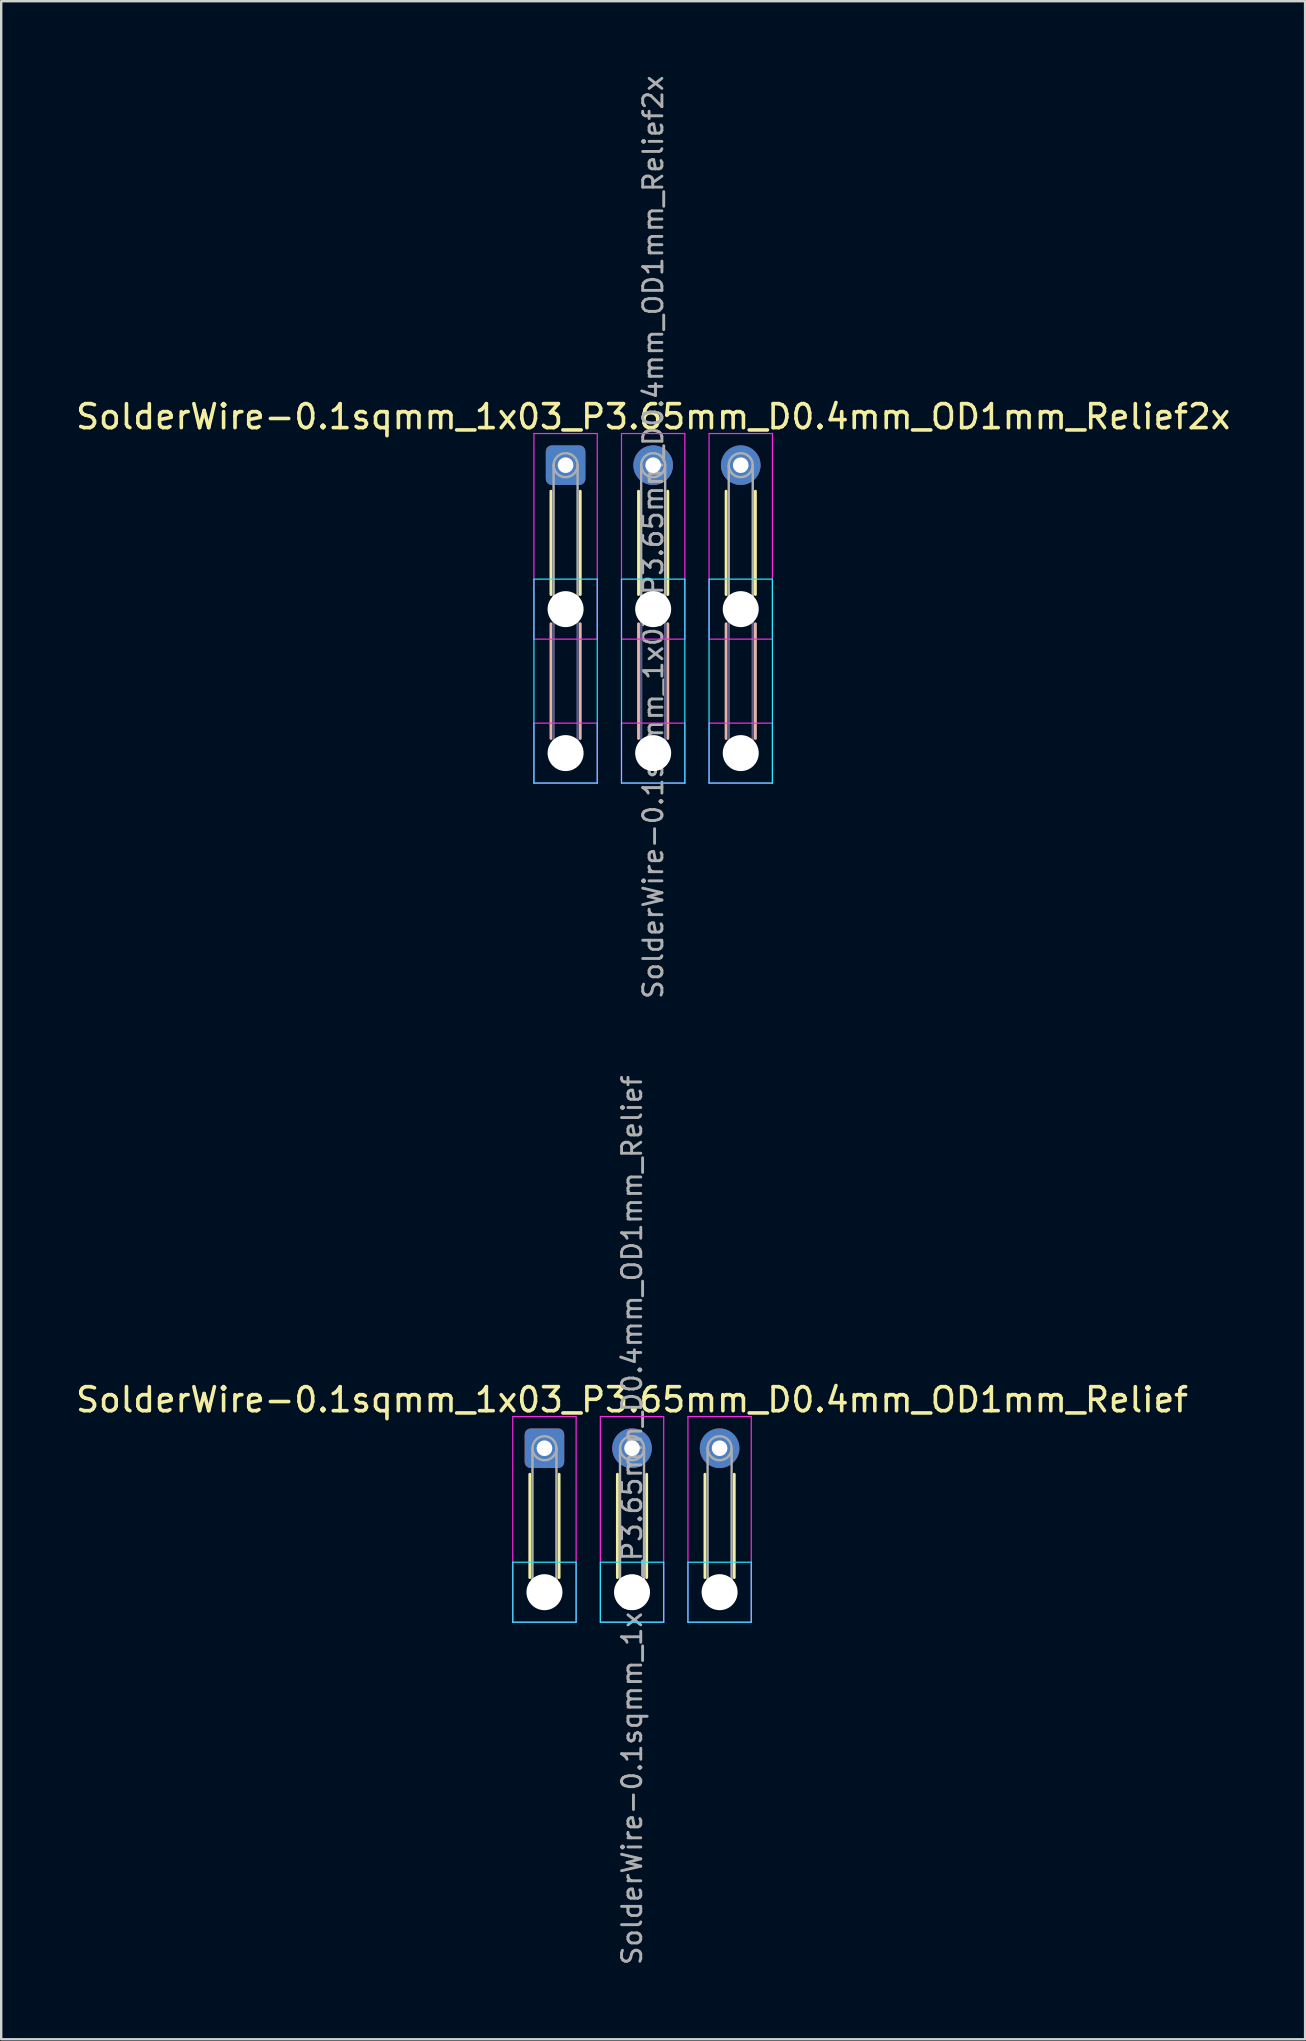
<source format=kicad_pcb>
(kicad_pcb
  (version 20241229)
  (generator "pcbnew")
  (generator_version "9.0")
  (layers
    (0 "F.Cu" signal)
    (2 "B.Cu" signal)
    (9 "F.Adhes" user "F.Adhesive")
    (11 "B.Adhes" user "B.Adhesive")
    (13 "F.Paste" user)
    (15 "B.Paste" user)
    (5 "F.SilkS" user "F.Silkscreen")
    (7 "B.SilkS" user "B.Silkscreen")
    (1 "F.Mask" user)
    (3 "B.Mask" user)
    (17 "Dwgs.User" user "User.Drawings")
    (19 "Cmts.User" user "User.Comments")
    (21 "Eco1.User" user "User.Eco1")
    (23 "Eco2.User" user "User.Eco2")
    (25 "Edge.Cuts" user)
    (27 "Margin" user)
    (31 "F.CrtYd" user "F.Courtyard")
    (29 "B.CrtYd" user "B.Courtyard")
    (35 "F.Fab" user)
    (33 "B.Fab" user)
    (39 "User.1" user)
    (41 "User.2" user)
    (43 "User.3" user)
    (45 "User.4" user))
  (footprint "SolderWire-0.1sqmm_1x03_P3.65mm_D0.4mm_OD1mm_Relief"
    (layer "F.Cu")
    (at 19.642 57.31)
    (property "Reference" "SolderWire-0.1sqmm_1x03_P3.65mm_D0.4mm_OD1mm_Relief" (at 3.65 -2.02 0) (layer "F.SilkS") (effects (font (size 1 1) (thickness 0.15))))
    (attr exclude_from_pos_files exclude_from_bom)
    (fp_line (start -0.61 1.085) (end -0.61 5.39) (stroke (width 0.12) (type solid)) (layer "F.SilkS"))
    (fp_line (start 0.61 1.085) (end 0.61 5.39) (stroke (width 0.12) (type solid)) (layer "F.SilkS"))
    (fp_line (start 3.04 1.085) (end 3.04 5.39) (stroke (width 0.12) (type solid)) (layer "F.SilkS"))
    (fp_line (start 4.26 1.085) (end 4.26 5.39) (stroke (width 0.12) (type solid)) (layer "F.SilkS"))
    (fp_line (start 6.69 1.085) (end 6.69 5.39) (stroke (width 0.12) (type solid)) (layer "F.SilkS"))
    (fp_line (start 7.91 1.085) (end 7.91 5.39) (stroke (width 0.12) (type solid)) (layer "F.SilkS"))
    (fp_line (start -1.32 4.75) (end -1.32 7.25) (stroke (width 0.05) (type solid)) (layer "B.CrtYd"))
    (fp_line (start -1.32 7.25) (end 1.32 7.25) (stroke (width 0.05) (type solid)) (layer "B.CrtYd"))
    (fp_line (start 1.32 4.75) (end -1.32 4.75) (stroke (width 0.05) (type solid)) (layer "B.CrtYd"))
    (fp_line (start 1.32 7.25) (end 1.32 4.75) (stroke (width 0.05) (type solid)) (layer "B.CrtYd"))
    (fp_line (start 2.33 4.75) (end 2.33 7.25) (stroke (width 0.05) (type solid)) (layer "B.CrtYd"))
    (fp_line (start 2.33 7.25) (end 4.97 7.25) (stroke (width 0.05) (type solid)) (layer "B.CrtYd"))
    (fp_line (start 4.97 4.75) (end 2.33 4.75) (stroke (width 0.05) (type solid)) (layer "B.CrtYd"))
    (fp_line (start 4.97 7.25) (end 4.97 4.75) (stroke (width 0.05) (type solid)) (layer "B.CrtYd"))
    (fp_line (start 5.98 4.75) (end 5.98 7.25) (stroke (width 0.05) (type solid)) (layer "B.CrtYd"))
    (fp_line (start 5.98 7.25) (end 8.62 7.25) (stroke (width 0.05) (type solid)) (layer "B.CrtYd"))
    (fp_line (start 8.62 4.75) (end 5.98 4.75) (stroke (width 0.05) (type solid)) (layer "B.CrtYd"))
    (fp_line (start 8.62 7.25) (end 8.62 4.75) (stroke (width 0.05) (type solid)) (layer "B.CrtYd"))
    (fp_line (start -1.32 -1.32) (end -1.32 7.25) (stroke (width 0.05) (type solid)) (layer "F.CrtYd"))
    (fp_line (start -1.32 7.25) (end 1.32 7.25) (stroke (width 0.05) (type solid)) (layer "F.CrtYd"))
    (fp_line (start 1.32 -1.32) (end -1.32 -1.32) (stroke (width 0.05) (type solid)) (layer "F.CrtYd"))
    (fp_line (start 1.32 7.25) (end 1.32 -1.32) (stroke (width 0.05) (type solid)) (layer "F.CrtYd"))
    (fp_line (start 2.33 -1.32) (end 2.33 7.25) (stroke (width 0.05) (type solid)) (layer "F.CrtYd"))
    (fp_line (start 2.33 7.25) (end 4.97 7.25) (stroke (width 0.05) (type solid)) (layer "F.CrtYd"))
    (fp_line (start 4.97 -1.32) (end 2.33 -1.32) (stroke (width 0.05) (type solid)) (layer "F.CrtYd"))
    (fp_line (start 4.97 7.25) (end 4.97 -1.32) (stroke (width 0.05) (type solid)) (layer "F.CrtYd"))
    (fp_line (start 5.98 -1.32) (end 5.98 7.25) (stroke (width 0.05) (type solid)) (layer "F.CrtYd"))
    (fp_line (start 5.98 7.25) (end 8.62 7.25) (stroke (width 0.05) (type solid)) (layer "F.CrtYd"))
    (fp_line (start 8.62 -1.32) (end 5.98 -1.32) (stroke (width 0.05) (type solid)) (layer "F.CrtYd"))
    (fp_line (start 8.62 7.25) (end 8.62 -1.32) (stroke (width 0.05) (type solid)) (layer "F.CrtYd"))
    (fp_line (start -0.5 0) (end -0.5 6) (stroke (width 0.1) (type solid)) (layer "F.Fab"))
    (fp_line (start 0.5 0) (end 0.5 6) (stroke (width 0.1) (type solid)) (layer "F.Fab"))
    (fp_line (start 3.15 0) (end 3.15 6) (stroke (width 0.1) (type solid)) (layer "F.Fab"))
    (fp_line (start 4.15 0) (end 4.15 6) (stroke (width 0.1) (type solid)) (layer "F.Fab"))
    (fp_line (start 6.8 0) (end 6.8 6) (stroke (width 0.1) (type solid)) (layer "F.Fab"))
    (fp_line (start 7.8 0) (end 7.8 6) (stroke (width 0.1) (type solid)) (layer "F.Fab"))
    (fp_circle (center 0 0) (end 0.5 0) (stroke (width 0.1) (type solid)) (fill no) (layer "F.Fab"))
    (fp_circle (center 0 6) (end 0.5 6) (stroke (width 0.1) (type solid)) (fill no) (layer "F.Fab"))
    (fp_circle (center 3.65 0) (end 4.15 0) (stroke (width 0.1) (type solid)) (fill no) (layer "F.Fab"))
    (fp_circle (center 3.65 6) (end 4.15 6) (stroke (width 0.1) (type solid)) (fill no) (layer "F.Fab"))
    (fp_circle (center 7.3 0) (end 7.8 0) (stroke (width 0.1) (type solid)) (fill no) (layer "F.Fab"))
    (fp_circle (center 7.3 6) (end 7.8 6) (stroke (width 0.1) (type solid)) (fill no) (layer "F.Fab"))
    (fp_text user "${REFERENCE}" (at 3.65 3 90) (layer "F.Fab") (effects (font (size 0.8 0.8) (thickness 0.12))))
    (pad "" np_thru_hole circle (at 0 6) (size 1.5 1.5) (drill 1.5) (layers "*.Cu" "*.Mask"))
    (pad "" np_thru_hole circle (at 3.65 6) (size 1.5 1.5) (drill 1.5) (layers "*.Cu" "*.Mask"))
    (pad "" np_thru_hole circle (at 7.3 6) (size 1.5 1.5) (drill 1.5) (layers "*.Cu" "*.Mask"))
    (pad "1" thru_hole roundrect (at 0 0) (size 1.65 1.65) (drill 0.65) (layers "*.Cu" "*.Mask") (roundrect_rratio 0.152))
    (pad "2" thru_hole circle (at 3.65 0) (size 1.65 1.65) (drill 0.65) (layers "*.Cu" "*.Mask"))
    (pad "3" thru_hole circle (at 7.3 0) (size 1.65 1.65) (drill 0.65) (layers "*.Cu" "*.Mask")))
  (footprint "SolderWire-0.1sqmm_1x03_P3.65mm_D0.4mm_OD1mm_Relief2x"
    (layer "F.Cu")
    (at 20.523 16.338)
    (property "Reference" "SolderWire-0.1sqmm_1x03_P3.65mm_D0.4mm_OD1mm_Relief2x" (at 3.65 -2.02 0) (layer "F.SilkS") (effects (font (size 1 1) (thickness 0.15))))
    (attr exclude_from_pos_files exclude_from_bom)
    (fp_line (start -0.61 1.085) (end -0.61 5.39) (stroke (width 0.12) (type solid)) (layer "F.SilkS"))
    (fp_line (start 0.61 1.085) (end 0.61 5.39) (stroke (width 0.12) (type solid)) (layer "F.SilkS"))
    (fp_line (start 3.04 1.085) (end 3.04 5.39) (stroke (width 0.12) (type solid)) (layer "F.SilkS"))
    (fp_line (start 4.26 1.085) (end 4.26 5.39) (stroke (width 0.12) (type solid)) (layer "F.SilkS"))
    (fp_line (start 6.69 1.085) (end 6.69 5.39) (stroke (width 0.12) (type solid)) (layer "F.SilkS"))
    (fp_line (start 7.91 1.085) (end 7.91 5.39) (stroke (width 0.12) (type solid)) (layer "F.SilkS"))
    (fp_line (start -0.61 6.61) (end -0.61 11.39) (stroke (width 0.12) (type solid)) (layer "B.SilkS"))
    (fp_line (start 0.61 6.61) (end 0.61 11.39) (stroke (width 0.12) (type solid)) (layer "B.SilkS"))
    (fp_line (start 3.04 6.61) (end 3.04 11.39) (stroke (width 0.12) (type solid)) (layer "B.SilkS"))
    (fp_line (start 4.26 6.61) (end 4.26 11.39) (stroke (width 0.12) (type solid)) (layer "B.SilkS"))
    (fp_line (start 6.69 6.61) (end 6.69 11.39) (stroke (width 0.12) (type solid)) (layer "B.SilkS"))
    (fp_line (start 7.91 6.61) (end 7.91 11.39) (stroke (width 0.12) (type solid)) (layer "B.SilkS"))
    (fp_line (start -1.32 4.75) (end -1.32 13.25) (stroke (width 0.05) (type solid)) (layer "B.CrtYd"))
    (fp_line (start -1.32 13.25) (end 1.32 13.25) (stroke (width 0.05) (type solid)) (layer "B.CrtYd"))
    (fp_line (start 1.32 4.75) (end -1.32 4.75) (stroke (width 0.05) (type solid)) (layer "B.CrtYd"))
    (fp_line (start 1.32 13.25) (end 1.32 4.75) (stroke (width 0.05) (type solid)) (layer "B.CrtYd"))
    (fp_line (start 2.33 4.75) (end 2.33 13.25) (stroke (width 0.05) (type solid)) (layer "B.CrtYd"))
    (fp_line (start 2.33 13.25) (end 4.97 13.25) (stroke (width 0.05) (type solid)) (layer "B.CrtYd"))
    (fp_line (start 4.97 4.75) (end 2.33 4.75) (stroke (width 0.05) (type solid)) (layer "B.CrtYd"))
    (fp_line (start 4.97 13.25) (end 4.97 4.75) (stroke (width 0.05) (type solid)) (layer "B.CrtYd"))
    (fp_line (start 5.98 4.75) (end 5.98 13.25) (stroke (width 0.05) (type solid)) (layer "B.CrtYd"))
    (fp_line (start 5.98 13.25) (end 8.62 13.25) (stroke (width 0.05) (type solid)) (layer "B.CrtYd"))
    (fp_line (start 8.62 4.75) (end 5.98 4.75) (stroke (width 0.05) (type solid)) (layer "B.CrtYd"))
    (fp_line (start 8.62 13.25) (end 8.62 4.75) (stroke (width 0.05) (type solid)) (layer "B.CrtYd"))
    (fp_line (start -1.32 -1.32) (end -1.32 7.25) (stroke (width 0.05) (type solid)) (layer "F.CrtYd"))
    (fp_line (start -1.32 7.25) (end 1.32 7.25) (stroke (width 0.05) (type solid)) (layer "F.CrtYd"))
    (fp_line (start -1.32 10.75) (end -1.32 13.25) (stroke (width 0.05) (type solid)) (layer "F.CrtYd"))
    (fp_line (start -1.32 13.25) (end 1.32 13.25) (stroke (width 0.05) (type solid)) (layer "F.CrtYd"))
    (fp_line (start 1.32 -1.32) (end -1.32 -1.32) (stroke (width 0.05) (type solid)) (layer "F.CrtYd"))
    (fp_line (start 1.32 7.25) (end 1.32 -1.32) (stroke (width 0.05) (type solid)) (layer "F.CrtYd"))
    (fp_line (start 1.32 10.75) (end -1.32 10.75) (stroke (width 0.05) (type solid)) (layer "F.CrtYd"))
    (fp_line (start 1.32 13.25) (end 1.32 10.75) (stroke (width 0.05) (type solid)) (layer "F.CrtYd"))
    (fp_line (start 2.33 -1.32) (end 2.33 7.25) (stroke (width 0.05) (type solid)) (layer "F.CrtYd"))
    (fp_line (start 2.33 7.25) (end 4.97 7.25) (stroke (width 0.05) (type solid)) (layer "F.CrtYd"))
    (fp_line (start 2.33 10.75) (end 2.33 13.25) (stroke (width 0.05) (type solid)) (layer "F.CrtYd"))
    (fp_line (start 2.33 13.25) (end 4.97 13.25) (stroke (width 0.05) (type solid)) (layer "F.CrtYd"))
    (fp_line (start 4.97 -1.32) (end 2.33 -1.32) (stroke (width 0.05) (type solid)) (layer "F.CrtYd"))
    (fp_line (start 4.97 7.25) (end 4.97 -1.32) (stroke (width 0.05) (type solid)) (layer "F.CrtYd"))
    (fp_line (start 4.97 10.75) (end 2.33 10.75) (stroke (width 0.05) (type solid)) (layer "F.CrtYd"))
    (fp_line (start 4.97 13.25) (end 4.97 10.75) (stroke (width 0.05) (type solid)) (layer "F.CrtYd"))
    (fp_line (start 5.98 -1.32) (end 5.98 7.25) (stroke (width 0.05) (type solid)) (layer "F.CrtYd"))
    (fp_line (start 5.98 7.25) (end 8.62 7.25) (stroke (width 0.05) (type solid)) (layer "F.CrtYd"))
    (fp_line (start 5.98 10.75) (end 5.98 13.25) (stroke (width 0.05) (type solid)) (layer "F.CrtYd"))
    (fp_line (start 5.98 13.25) (end 8.62 13.25) (stroke (width 0.05) (type solid)) (layer "F.CrtYd"))
    (fp_line (start 8.62 -1.32) (end 5.98 -1.32) (stroke (width 0.05) (type solid)) (layer "F.CrtYd"))
    (fp_line (start 8.62 7.25) (end 8.62 -1.32) (stroke (width 0.05) (type solid)) (layer "F.CrtYd"))
    (fp_line (start 8.62 10.75) (end 5.98 10.75) (stroke (width 0.05) (type solid)) (layer "F.CrtYd"))
    (fp_line (start 8.62 13.25) (end 8.62 10.75) (stroke (width 0.05) (type solid)) (layer "F.CrtYd"))
    (fp_line (start -0.5 6) (end -0.5 12) (stroke (width 0.1) (type solid)) (layer "B.Fab"))
    (fp_line (start 0.5 6) (end 0.5 12) (stroke (width 0.1) (type solid)) (layer "B.Fab"))
    (fp_line (start 3.15 6) (end 3.15 12) (stroke (width 0.1) (type solid)) (layer "B.Fab"))
    (fp_line (start 4.15 6) (end 4.15 12) (stroke (width 0.1) (type solid)) (layer "B.Fab"))
    (fp_line (start 6.8 6) (end 6.8 12) (stroke (width 0.1) (type solid)) (layer "B.Fab"))
    (fp_line (start 7.8 6) (end 7.8 12) (stroke (width 0.1) (type solid)) (layer "B.Fab"))
    (fp_circle (center 0 6) (end 0.5 6) (stroke (width 0.1) (type solid)) (fill no) (layer "B.Fab"))
    (fp_circle (center 0 12) (end 0.5 12) (stroke (width 0.1) (type solid)) (fill no) (layer "B.Fab"))
    (fp_circle (center 3.65 6) (end 4.15 6) (stroke (width 0.1) (type solid)) (fill no) (layer "B.Fab"))
    (fp_circle (center 3.65 12) (end 4.15 12) (stroke (width 0.1) (type solid)) (fill no) (layer "B.Fab"))
    (fp_circle (center 7.3 6) (end 7.8 6) (stroke (width 0.1) (type solid)) (fill no) (layer "B.Fab"))
    (fp_circle (center 7.3 12) (end 7.8 12) (stroke (width 0.1) (type solid)) (fill no) (layer "B.Fab"))
    (fp_line (start -0.5 0) (end -0.5 6) (stroke (width 0.1) (type solid)) (layer "F.Fab"))
    (fp_line (start 0.5 0) (end 0.5 6) (stroke (width 0.1) (type solid)) (layer "F.Fab"))
    (fp_line (start 3.15 0) (end 3.15 6) (stroke (width 0.1) (type solid)) (layer "F.Fab"))
    (fp_line (start 4.15 0) (end 4.15 6) (stroke (width 0.1) (type solid)) (layer "F.Fab"))
    (fp_line (start 6.8 0) (end 6.8 6) (stroke (width 0.1) (type solid)) (layer "F.Fab"))
    (fp_line (start 7.8 0) (end 7.8 6) (stroke (width 0.1) (type solid)) (layer "F.Fab"))
    (fp_circle (center 0 0) (end 0.5 0) (stroke (width 0.1) (type solid)) (fill no) (layer "F.Fab"))
    (fp_circle (center 0 6) (end 0.5 6) (stroke (width 0.1) (type solid)) (fill no) (layer "F.Fab"))
    (fp_circle (center 0 12) (end 0.5 12) (stroke (width 0.1) (type solid)) (fill no) (layer "F.Fab"))
    (fp_circle (center 3.65 0) (end 4.15 0) (stroke (width 0.1) (type solid)) (fill no) (layer "F.Fab"))
    (fp_circle (center 3.65 6) (end 4.15 6) (stroke (width 0.1) (type solid)) (fill no) (layer "F.Fab"))
    (fp_circle (center 3.65 12) (end 4.15 12) (stroke (width 0.1) (type solid)) (fill no) (layer "F.Fab"))
    (fp_circle (center 7.3 0) (end 7.8 0) (stroke (width 0.1) (type solid)) (fill no) (layer "F.Fab"))
    (fp_circle (center 7.3 6) (end 7.8 6) (stroke (width 0.1) (type solid)) (fill no) (layer "F.Fab"))
    (fp_circle (center 7.3 12) (end 7.8 12) (stroke (width 0.1) (type solid)) (fill no) (layer "F.Fab"))
    (fp_text user "${REFERENCE}" (at 3.65 3 90) (layer "F.Fab") (effects (font (size 0.8 0.8) (thickness 0.12))))
    (pad "" np_thru_hole circle (at 0 6) (size 1.5 1.5) (drill 1.5) (layers "*.Cu" "*.Mask"))
    (pad "" np_thru_hole circle (at 0 12) (size 1.5 1.5) (drill 1.5) (layers "*.Cu" "*.Mask"))
    (pad "" np_thru_hole circle (at 3.65 6) (size 1.5 1.5) (drill 1.5) (layers "*.Cu" "*.Mask"))
    (pad "" np_thru_hole circle (at 3.65 12) (size 1.5 1.5) (drill 1.5) (layers "*.Cu" "*.Mask"))
    (pad "" np_thru_hole circle (at 7.3 6) (size 1.5 1.5) (drill 1.5) (layers "*.Cu" "*.Mask"))
    (pad "" np_thru_hole circle (at 7.3 12) (size 1.5 1.5) (drill 1.5) (layers "*.Cu" "*.Mask"))
    (pad "1" thru_hole roundrect (at 0 0) (size 1.65 1.65) (drill 0.65) (layers "*.Cu" "*.Mask") (roundrect_rratio 0.152))
    (pad "2" thru_hole circle (at 3.65 0) (size 1.65 1.65) (drill 0.65) (layers "*.Cu" "*.Mask"))
    (pad "3" thru_hole circle (at 7.3 0) (size 1.65 1.65) (drill 0.65) (layers "*.Cu" "*.Mask")))
  (gr_rect
    (start -3 -3)
    (end 51.345 81.943)
    (stroke (width 0.1) (type default))
    (fill no)
    (layer "Edge.Cuts")))
</source>
